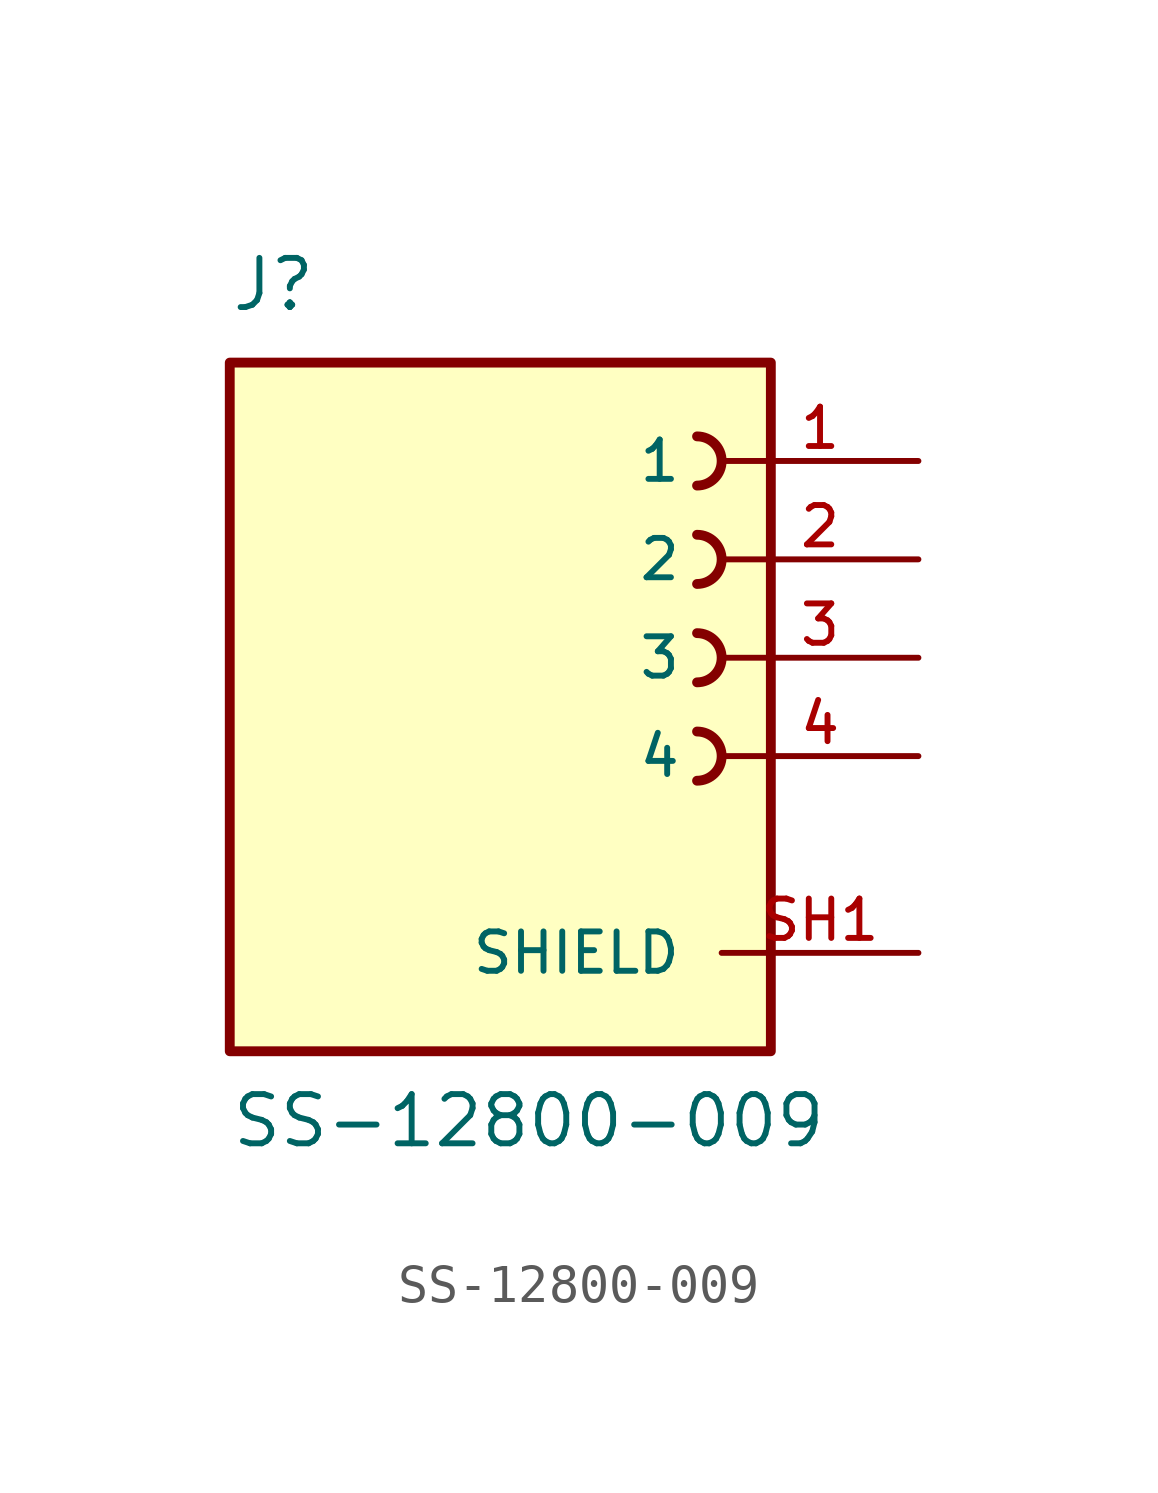
<source format=kicad_sym>
(kicad_symbol_lib
  (version 20211014)
  (generator kicad_symbol_editor)
  (symbol "SS-12800-009"
    (pin_names
      (offset 1.016))
    (property "Reference" "J"
      (at -7.62 8.89 0)
      (effects (font (size 1.27 1.27)) (justify bottom left)))
    (property "Value" "SS-12800-009"
      (at -7.62 -12.7 0)
      (effects (font (size 1.27 1.27)) (justify bottom left)))
    (symbol "SS-12800-009_0_0"
      (arc (start 4.445 4.445) (mid 5.08 5.08) (end 4.445 5.715) (stroke (width 0.254) (type default) (color 0 0 0 0)) (fill (type none)))
      (arc (start 4.445 1.905) (mid 5.08 2.54) (end 4.445 3.175) (stroke (width 0.254) (type default) (color 0 0 0 0)) (fill (type none)))
      (arc (start 4.445 -0.635) (mid 5.08 0.0) (end 4.445 0.635) (stroke (width 0.254) (type default) (color 0 0 0 0)) (fill (type none)))
      (arc (start 4.445 -3.175) (mid 5.08 -2.54) (end 4.445 -1.905) (stroke (width 0.254) (type default) (color 0 0 0 0)) (fill (type none)))
      (rectangle (start -7.62 -10.16) (end 6.35 7.62) (stroke (width 0.254)) (fill (type background)))
      (pin passive line (at 10.16 5.08 180.0) (length 5.08) (name "1" (effects (font (size 1.016 1.016)))) (number "1" (effects (font (size 1.016 1.016)))))
      (pin passive line (at 10.16 2.54 180.0) (length 5.08) (name "2" (effects (font (size 1.016 1.016)))) (number "2" (effects (font (size 1.016 1.016)))))
      (pin passive line (at 10.16 0.0 180.0) (length 5.08) (name "3" (effects (font (size 1.016 1.016)))) (number "3" (effects (font (size 1.016 1.016)))))
      (pin passive line (at 10.16 -2.54 180.0) (length 5.08) (name "4" (effects (font (size 1.016 1.016)))) (number "4" (effects (font (size 1.016 1.016)))))
      (pin passive line (at 10.16 -7.62 180.0) (length 5.08) (name "SHIELD" (effects (font (size 1.016 1.016)))) (number "SH1" (effects (font (size 1.016 1.016)))))
      (pin passive line (at 10.16 -7.62 180.0) (length 5.08) hide (name "SHIELD" (effects (font (size 1.016 1.016)))) (number "SH2" (effects (font (size 1.016 1.016))))))))
</source>
